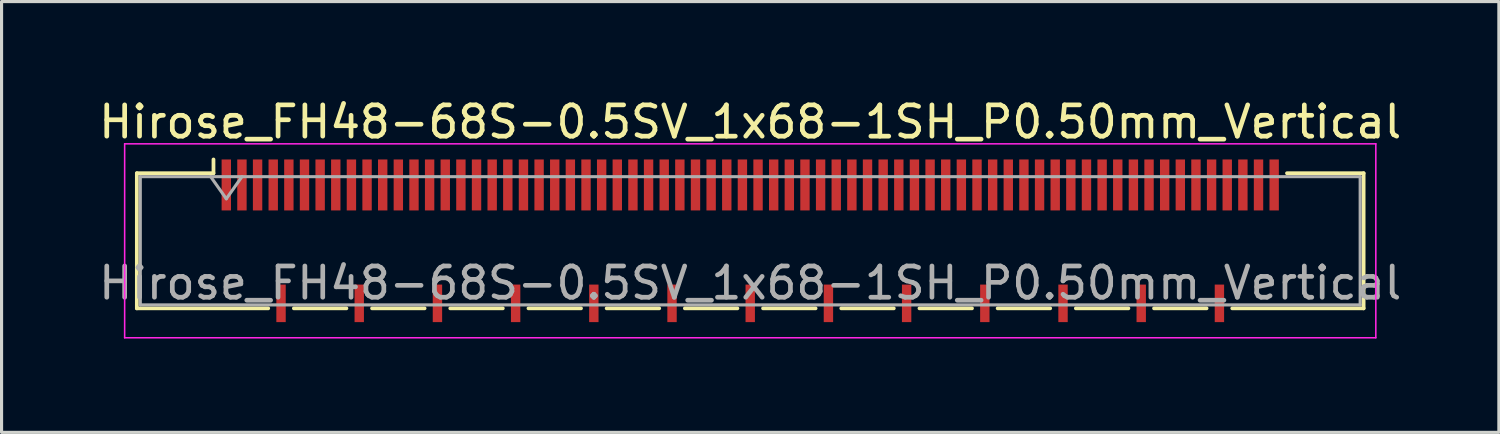
<source format=kicad_pcb>
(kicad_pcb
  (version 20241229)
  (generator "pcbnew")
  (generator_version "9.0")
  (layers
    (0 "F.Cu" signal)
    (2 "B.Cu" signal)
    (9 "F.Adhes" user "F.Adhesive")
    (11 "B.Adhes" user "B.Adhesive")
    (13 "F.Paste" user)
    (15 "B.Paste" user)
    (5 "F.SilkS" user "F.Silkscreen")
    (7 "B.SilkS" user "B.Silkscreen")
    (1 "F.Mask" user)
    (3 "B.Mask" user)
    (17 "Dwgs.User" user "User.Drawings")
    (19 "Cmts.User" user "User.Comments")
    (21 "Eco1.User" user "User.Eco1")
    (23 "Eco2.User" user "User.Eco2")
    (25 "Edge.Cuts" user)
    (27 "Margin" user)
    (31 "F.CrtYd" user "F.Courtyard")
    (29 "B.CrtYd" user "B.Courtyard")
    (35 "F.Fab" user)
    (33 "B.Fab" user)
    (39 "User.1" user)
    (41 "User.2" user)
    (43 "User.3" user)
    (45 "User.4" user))
  (footprint "Hirose_FH48-68S-0.5SV_1x68-1SH_P0.50mm_Vertical"
    (layer "F.Cu")
    (at 20.935 4.648)
    (property "Reference" "Hirose_FH48-68S-0.5SV_1x68-1SH_P0.50mm_Vertical" (at 0 -3.8 0) (layer "F.SilkS") (effects (font (size 1 1) (thickness 0.15))))
    (attr smd)
    (fp_line (start -19.61 -2.16) (end -19.61 2.16) (stroke (width 0.12) (type solid)) (layer "F.SilkS"))
    (fp_line (start -19.61 2.16) (end -15.41 2.16) (stroke (width 0.12) (type solid)) (layer "F.SilkS"))
    (fp_line (start -17.16 -2.6) (end -17.16 -2.16) (stroke (width 0.12) (type solid)) (layer "F.SilkS"))
    (fp_line (start -17.16 -2.16) (end -19.61 -2.16) (stroke (width 0.12) (type solid)) (layer "F.SilkS"))
    (fp_line (start -14.59 2.16) (end -12.91 2.16) (stroke (width 0.12) (type solid)) (layer "F.SilkS"))
    (fp_line (start -12.09 2.16) (end -10.41 2.16) (stroke (width 0.12) (type solid)) (layer "F.SilkS"))
    (fp_line (start -9.59 2.16) (end -7.91 2.16) (stroke (width 0.12) (type solid)) (layer "F.SilkS"))
    (fp_line (start -7.09 2.16) (end -5.41 2.16) (stroke (width 0.12) (type solid)) (layer "F.SilkS"))
    (fp_line (start -4.59 2.16) (end -2.91 2.16) (stroke (width 0.12) (type solid)) (layer "F.SilkS"))
    (fp_line (start -2.09 2.16) (end -0.41 2.16) (stroke (width 0.12) (type solid)) (layer "F.SilkS"))
    (fp_line (start 0.41 2.16) (end 2.09 2.16) (stroke (width 0.12) (type solid)) (layer "F.SilkS"))
    (fp_line (start 2.91 2.16) (end 4.59 2.16) (stroke (width 0.12) (type solid)) (layer "F.SilkS"))
    (fp_line (start 5.41 2.16) (end 7.09 2.16) (stroke (width 0.12) (type solid)) (layer "F.SilkS"))
    (fp_line (start 7.91 2.16) (end 9.59 2.16) (stroke (width 0.12) (type solid)) (layer "F.SilkS"))
    (fp_line (start 10.41 2.16) (end 12.09 2.16) (stroke (width 0.12) (type solid)) (layer "F.SilkS"))
    (fp_line (start 12.91 2.16) (end 14.59 2.16) (stroke (width 0.12) (type solid)) (layer "F.SilkS"))
    (fp_line (start 17.16 -2.16) (end 19.61 -2.16) (stroke (width 0.12) (type solid)) (layer "F.SilkS"))
    (fp_line (start 19.61 -2.16) (end 19.61 2.16) (stroke (width 0.12) (type solid)) (layer "F.SilkS"))
    (fp_line (start 19.61 2.16) (end 15.41 2.16) (stroke (width 0.12) (type solid)) (layer "F.SilkS"))
    (fp_line (start -20 -3.1) (end -20 3.1) (stroke (width 0.05) (type solid)) (layer "F.CrtYd"))
    (fp_line (start -20 3.1) (end 20 3.1) (stroke (width 0.05) (type solid)) (layer "F.CrtYd"))
    (fp_line (start 20 -3.1) (end -20 -3.1) (stroke (width 0.05) (type solid)) (layer "F.CrtYd"))
    (fp_line (start 20 3.1) (end 20 -3.1) (stroke (width 0.05) (type solid)) (layer "F.CrtYd"))
    (fp_line (start -19.5 -2.05) (end -19.5 2.05) (stroke (width 0.1) (type solid)) (layer "F.Fab"))
    (fp_line (start -19.5 2.05) (end 19.5 2.05) (stroke (width 0.1) (type solid)) (layer "F.Fab"))
    (fp_line (start -17.25 -2.05) (end -16.75 -1.343) (stroke (width 0.1) (type solid)) (layer "F.Fab"))
    (fp_line (start -16.75 -1.343) (end -16.25 -2.05) (stroke (width 0.1) (type solid)) (layer "F.Fab"))
    (fp_line (start 19.5 -2.05) (end -19.5 -2.05) (stroke (width 0.1) (type solid)) (layer "F.Fab"))
    (fp_line (start 19.5 2.05) (end 19.5 -2.05) (stroke (width 0.1) (type solid)) (layer "F.Fab"))
    (fp_text user "${REFERENCE}" (at 0 1.35 0) (layer "F.Fab") (effects (font (size 1 1) (thickness 0.15))))
    (pad "" smd rect (at -16.75 -1.785) (size 0.28 1.21) (layers "F.Paste"))
    (pad "" smd rect (at -16.25 -1.785) (size 0.28 1.21) (layers "F.Paste"))
    (pad "" smd rect (at -15.75 -1.785) (size 0.28 1.21) (layers "F.Paste"))
    (pad "" smd rect (at -15.25 -1.785) (size 0.28 1.21) (layers "F.Paste"))
    (pad "" smd rect (at -15 2) (size 0.28 0.9) (layers "F.Paste"))
    (pad "" smd rect (at -14.75 -1.785) (size 0.28 1.21) (layers "F.Paste"))
    (pad "" smd rect (at -14.25 -1.785) (size 0.28 1.21) (layers "F.Paste"))
    (pad "" smd rect (at -13.75 -1.785) (size 0.28 1.21) (layers "F.Paste"))
    (pad "" smd rect (at -13.25 -1.785) (size 0.28 1.21) (layers "F.Paste"))
    (pad "" smd rect (at -12.75 -1.785) (size 0.28 1.21) (layers "F.Paste"))
    (pad "" smd rect (at -12.5 2) (size 0.28 0.9) (layers "F.Paste"))
    (pad "" smd rect (at -12.25 -1.785) (size 0.28 1.21) (layers "F.Paste"))
    (pad "" smd rect (at -11.75 -1.785) (size 0.28 1.21) (layers "F.Paste"))
    (pad "" smd rect (at -11.25 -1.785) (size 0.28 1.21) (layers "F.Paste"))
    (pad "" smd rect (at -10.75 -1.785) (size 0.28 1.21) (layers "F.Paste"))
    (pad "" smd rect (at -10.25 -1.785) (size 0.28 1.21) (layers "F.Paste"))
    (pad "" smd rect (at -10 2) (size 0.28 0.9) (layers "F.Paste"))
    (pad "" smd rect (at -9.75 -1.785) (size 0.28 1.21) (layers "F.Paste"))
    (pad "" smd rect (at -9.25 -1.785) (size 0.28 1.21) (layers "F.Paste"))
    (pad "" smd rect (at -8.75 -1.785) (size 0.28 1.21) (layers "F.Paste"))
    (pad "" smd rect (at -8.25 -1.785) (size 0.28 1.21) (layers "F.Paste"))
    (pad "" smd rect (at -7.75 -1.785) (size 0.28 1.21) (layers "F.Paste"))
    (pad "" smd rect (at -7.5 2) (size 0.28 0.9) (layers "F.Paste"))
    (pad "" smd rect (at -7.25 -1.785) (size 0.28 1.21) (layers "F.Paste"))
    (pad "" smd rect (at -6.75 -1.785) (size 0.28 1.21) (layers "F.Paste"))
    (pad "" smd rect (at -6.25 -1.785) (size 0.28 1.21) (layers "F.Paste"))
    (pad "" smd rect (at -5.75 -1.785) (size 0.28 1.21) (layers "F.Paste"))
    (pad "" smd rect (at -5.25 -1.785) (size 0.28 1.21) (layers "F.Paste"))
    (pad "" smd rect (at -5 2) (size 0.28 0.9) (layers "F.Paste"))
    (pad "" smd rect (at -4.75 -1.785) (size 0.28 1.21) (layers "F.Paste"))
    (pad "" smd rect (at -4.25 -1.785) (size 0.28 1.21) (layers "F.Paste"))
    (pad "" smd rect (at -3.75 -1.785) (size 0.28 1.21) (layers "F.Paste"))
    (pad "" smd rect (at -3.25 -1.785) (size 0.28 1.21) (layers "F.Paste"))
    (pad "" smd rect (at -2.75 -1.785) (size 0.28 1.21) (layers "F.Paste"))
    (pad "" smd rect (at -2.5 2) (size 0.28 0.9) (layers "F.Paste"))
    (pad "" smd rect (at -2.25 -1.785) (size 0.28 1.21) (layers "F.Paste"))
    (pad "" smd rect (at -1.75 -1.785) (size 0.28 1.21) (layers "F.Paste"))
    (pad "" smd rect (at -1.25 -1.785) (size 0.28 1.21) (layers "F.Paste"))
    (pad "" smd rect (at -0.75 -1.785) (size 0.28 1.21) (layers "F.Paste"))
    (pad "" smd rect (at -0.25 -1.785) (size 0.28 1.21) (layers "F.Paste"))
    (pad "" smd rect (at 0 2) (size 0.28 0.9) (layers "F.Paste"))
    (pad "" smd rect (at 0.25 -1.785) (size 0.28 1.21) (layers "F.Paste"))
    (pad "" smd rect (at 0.75 -1.785) (size 0.28 1.21) (layers "F.Paste"))
    (pad "" smd rect (at 1.25 -1.785) (size 0.28 1.21) (layers "F.Paste"))
    (pad "" smd rect (at 1.75 -1.785) (size 0.28 1.21) (layers "F.Paste"))
    (pad "" smd rect (at 2.25 -1.785) (size 0.28 1.21) (layers "F.Paste"))
    (pad "" smd rect (at 2.5 2) (size 0.28 0.9) (layers "F.Paste"))
    (pad "" smd rect (at 2.75 -1.785) (size 0.28 1.21) (layers "F.Paste"))
    (pad "" smd rect (at 3.25 -1.785) (size 0.28 1.21) (layers "F.Paste"))
    (pad "" smd rect (at 3.75 -1.785) (size 0.28 1.21) (layers "F.Paste"))
    (pad "" smd rect (at 4.25 -1.785) (size 0.28 1.21) (layers "F.Paste"))
    (pad "" smd rect (at 4.75 -1.785) (size 0.28 1.21) (layers "F.Paste"))
    (pad "" smd rect (at 5 2) (size 0.28 0.9) (layers "F.Paste"))
    (pad "" smd rect (at 5.25 -1.785) (size 0.28 1.21) (layers "F.Paste"))
    (pad "" smd rect (at 5.75 -1.785) (size 0.28 1.21) (layers "F.Paste"))
    (pad "" smd rect (at 6.25 -1.785) (size 0.28 1.21) (layers "F.Paste"))
    (pad "" smd rect (at 6.75 -1.785) (size 0.28 1.21) (layers "F.Paste"))
    (pad "" smd rect (at 7.25 -1.785) (size 0.28 1.21) (layers "F.Paste"))
    (pad "" smd rect (at 7.5 2) (size 0.28 0.9) (layers "F.Paste"))
    (pad "" smd rect (at 7.75 -1.785) (size 0.28 1.21) (layers "F.Paste"))
    (pad "" smd rect (at 8.25 -1.785) (size 0.28 1.21) (layers "F.Paste"))
    (pad "" smd rect (at 8.75 -1.785) (size 0.28 1.21) (layers "F.Paste"))
    (pad "" smd rect (at 9.25 -1.785) (size 0.28 1.21) (layers "F.Paste"))
    (pad "" smd rect (at 9.75 -1.785) (size 0.28 1.21) (layers "F.Paste"))
    (pad "" smd rect (at 10 2) (size 0.28 0.9) (layers "F.Paste"))
    (pad "" smd rect (at 10.25 -1.785) (size 0.28 1.21) (layers "F.Paste"))
    (pad "" smd rect (at 10.75 -1.785) (size 0.28 1.21) (layers "F.Paste"))
    (pad "" smd rect (at 11.25 -1.785) (size 0.28 1.21) (layers "F.Paste"))
    (pad "" smd rect (at 11.75 -1.785) (size 0.28 1.21) (layers "F.Paste"))
    (pad "" smd rect (at 12.25 -1.785) (size 0.28 1.21) (layers "F.Paste"))
    (pad "" smd rect (at 12.5 2) (size 0.28 0.9) (layers "F.Paste"))
    (pad "" smd rect (at 12.75 -1.785) (size 0.28 1.21) (layers "F.Paste"))
    (pad "" smd rect (at 13.25 -1.785) (size 0.28 1.21) (layers "F.Paste"))
    (pad "" smd rect (at 13.75 -1.785) (size 0.28 1.21) (layers "F.Paste"))
    (pad "" smd rect (at 14.25 -1.785) (size 0.28 1.21) (layers "F.Paste"))
    (pad "" smd rect (at 14.75 -1.785) (size 0.28 1.21) (layers "F.Paste"))
    (pad "" smd rect (at 15 2) (size 0.28 0.9) (layers "F.Paste"))
    (pad "" smd rect (at 15.25 -1.785) (size 0.28 1.21) (layers "F.Paste"))
    (pad "" smd rect (at 15.75 -1.785) (size 0.28 1.21) (layers "F.Paste"))
    (pad "" smd rect (at 16.25 -1.785) (size 0.28 1.21) (layers "F.Paste"))
    (pad "" smd rect (at 16.75 -1.785) (size 0.28 1.21) (layers "F.Paste"))
    (pad "1" smd rect (at -16.75 -1.785) (size 0.3 1.63) (layers "F.Cu" "F.Mask"))
    (pad "2" smd rect (at -16.25 -1.785) (size 0.3 1.63) (layers "F.Cu" "F.Mask"))
    (pad "3" smd rect (at -15.75 -1.785) (size 0.3 1.63) (layers "F.Cu" "F.Mask"))
    (pad "4" smd rect (at -15.25 -1.785) (size 0.3 1.63) (layers "F.Cu" "F.Mask"))
    (pad "5" smd rect (at -14.75 -1.785) (size 0.3 1.63) (layers "F.Cu" "F.Mask"))
    (pad "6" smd rect (at -14.25 -1.785) (size 0.3 1.63) (layers "F.Cu" "F.Mask"))
    (pad "7" smd rect (at -13.75 -1.785) (size 0.3 1.63) (layers "F.Cu" "F.Mask"))
    (pad "8" smd rect (at -13.25 -1.785) (size 0.3 1.63) (layers "F.Cu" "F.Mask"))
    (pad "9" smd rect (at -12.75 -1.785) (size 0.3 1.63) (layers "F.Cu" "F.Mask"))
    (pad "10" smd rect (at -12.25 -1.785) (size 0.3 1.63) (layers "F.Cu" "F.Mask"))
    (pad "11" smd rect (at -11.75 -1.785) (size 0.3 1.63) (layers "F.Cu" "F.Mask"))
    (pad "12" smd rect (at -11.25 -1.785) (size 0.3 1.63) (layers "F.Cu" "F.Mask"))
    (pad "13" smd rect (at -10.75 -1.785) (size 0.3 1.63) (layers "F.Cu" "F.Mask"))
    (pad "14" smd rect (at -10.25 -1.785) (size 0.3 1.63) (layers "F.Cu" "F.Mask"))
    (pad "15" smd rect (at -9.75 -1.785) (size 0.3 1.63) (layers "F.Cu" "F.Mask"))
    (pad "16" smd rect (at -9.25 -1.785) (size 0.3 1.63) (layers "F.Cu" "F.Mask"))
    (pad "17" smd rect (at -8.75 -1.785) (size 0.3 1.63) (layers "F.Cu" "F.Mask"))
    (pad "18" smd rect (at -8.25 -1.785) (size 0.3 1.63) (layers "F.Cu" "F.Mask"))
    (pad "19" smd rect (at -7.75 -1.785) (size 0.3 1.63) (layers "F.Cu" "F.Mask"))
    (pad "20" smd rect (at -7.25 -1.785) (size 0.3 1.63) (layers "F.Cu" "F.Mask"))
    (pad "21" smd rect (at -6.75 -1.785) (size 0.3 1.63) (layers "F.Cu" "F.Mask"))
    (pad "22" smd rect (at -6.25 -1.785) (size 0.3 1.63) (layers "F.Cu" "F.Mask"))
    (pad "23" smd rect (at -5.75 -1.785) (size 0.3 1.63) (layers "F.Cu" "F.Mask"))
    (pad "24" smd rect (at -5.25 -1.785) (size 0.3 1.63) (layers "F.Cu" "F.Mask"))
    (pad "25" smd rect (at -4.75 -1.785) (size 0.3 1.63) (layers "F.Cu" "F.Mask"))
    (pad "26" smd rect (at -4.25 -1.785) (size 0.3 1.63) (layers "F.Cu" "F.Mask"))
    (pad "27" smd rect (at -3.75 -1.785) (size 0.3 1.63) (layers "F.Cu" "F.Mask"))
    (pad "28" smd rect (at -3.25 -1.785) (size 0.3 1.63) (layers "F.Cu" "F.Mask"))
    (pad "29" smd rect (at -2.75 -1.785) (size 0.3 1.63) (layers "F.Cu" "F.Mask"))
    (pad "30" smd rect (at -2.25 -1.785) (size 0.3 1.63) (layers "F.Cu" "F.Mask"))
    (pad "31" smd rect (at -1.75 -1.785) (size 0.3 1.63) (layers "F.Cu" "F.Mask"))
    (pad "32" smd rect (at -1.25 -1.785) (size 0.3 1.63) (layers "F.Cu" "F.Mask"))
    (pad "33" smd rect (at -0.75 -1.785) (size 0.3 1.63) (layers "F.Cu" "F.Mask"))
    (pad "34" smd rect (at -0.25 -1.785) (size 0.3 1.63) (layers "F.Cu" "F.Mask"))
    (pad "35" smd rect (at 0.25 -1.785) (size 0.3 1.63) (layers "F.Cu" "F.Mask"))
    (pad "36" smd rect (at 0.75 -1.785) (size 0.3 1.63) (layers "F.Cu" "F.Mask"))
    (pad "37" smd rect (at 1.25 -1.785) (size 0.3 1.63) (layers "F.Cu" "F.Mask"))
    (pad "38" smd rect (at 1.75 -1.785) (size 0.3 1.63) (layers "F.Cu" "F.Mask"))
    (pad "39" smd rect (at 2.25 -1.785) (size 0.3 1.63) (layers "F.Cu" "F.Mask"))
    (pad "40" smd rect (at 2.75 -1.785) (size 0.3 1.63) (layers "F.Cu" "F.Mask"))
    (pad "41" smd rect (at 3.25 -1.785) (size 0.3 1.63) (layers "F.Cu" "F.Mask"))
    (pad "42" smd rect (at 3.75 -1.785) (size 0.3 1.63) (layers "F.Cu" "F.Mask"))
    (pad "43" smd rect (at 4.25 -1.785) (size 0.3 1.63) (layers "F.Cu" "F.Mask"))
    (pad "44" smd rect (at 4.75 -1.785) (size 0.3 1.63) (layers "F.Cu" "F.Mask"))
    (pad "45" smd rect (at 5.25 -1.785) (size 0.3 1.63) (layers "F.Cu" "F.Mask"))
    (pad "46" smd rect (at 5.75 -1.785) (size 0.3 1.63) (layers "F.Cu" "F.Mask"))
    (pad "47" smd rect (at 6.25 -1.785) (size 0.3 1.63) (layers "F.Cu" "F.Mask"))
    (pad "48" smd rect (at 6.75 -1.785) (size 0.3 1.63) (layers "F.Cu" "F.Mask"))
    (pad "49" smd rect (at 7.25 -1.785) (size 0.3 1.63) (layers "F.Cu" "F.Mask"))
    (pad "50" smd rect (at 7.75 -1.785) (size 0.3 1.63) (layers "F.Cu" "F.Mask"))
    (pad "51" smd rect (at 8.25 -1.785) (size 0.3 1.63) (layers "F.Cu" "F.Mask"))
    (pad "52" smd rect (at 8.75 -1.785) (size 0.3 1.63) (layers "F.Cu" "F.Mask"))
    (pad "53" smd rect (at 9.25 -1.785) (size 0.3 1.63) (layers "F.Cu" "F.Mask"))
    (pad "54" smd rect (at 9.75 -1.785) (size 0.3 1.63) (layers "F.Cu" "F.Mask"))
    (pad "55" smd rect (at 10.25 -1.785) (size 0.3 1.63) (layers "F.Cu" "F.Mask"))
    (pad "56" smd rect (at 10.75 -1.785) (size 0.3 1.63) (layers "F.Cu" "F.Mask"))
    (pad "57" smd rect (at 11.25 -1.785) (size 0.3 1.63) (layers "F.Cu" "F.Mask"))
    (pad "58" smd rect (at 11.75 -1.785) (size 0.3 1.63) (layers "F.Cu" "F.Mask"))
    (pad "59" smd rect (at 12.25 -1.785) (size 0.3 1.63) (layers "F.Cu" "F.Mask"))
    (pad "60" smd rect (at 12.75 -1.785) (size 0.3 1.63) (layers "F.Cu" "F.Mask"))
    (pad "61" smd rect (at 13.25 -1.785) (size 0.3 1.63) (layers "F.Cu" "F.Mask"))
    (pad "62" smd rect (at 13.75 -1.785) (size 0.3 1.63) (layers "F.Cu" "F.Mask"))
    (pad "63" smd rect (at 14.25 -1.785) (size 0.3 1.63) (layers "F.Cu" "F.Mask"))
    (pad "64" smd rect (at 14.75 -1.785) (size 0.3 1.63) (layers "F.Cu" "F.Mask"))
    (pad "65" smd rect (at 15.25 -1.785) (size 0.3 1.63) (layers "F.Cu" "F.Mask"))
    (pad "66" smd rect (at 15.75 -1.785) (size 0.3 1.63) (layers "F.Cu" "F.Mask"))
    (pad "67" smd rect (at 16.25 -1.785) (size 0.3 1.63) (layers "F.Cu" "F.Mask"))
    (pad "68" smd rect (at 16.75 -1.785) (size 0.3 1.63) (layers "F.Cu" "F.Mask"))
    (pad "SH" smd rect (at -15 2) (size 0.3 1.2) (layers "F.Cu" "F.Mask"))
    (pad "SH" smd rect (at -12.5 2) (size 0.3 1.2) (layers "F.Cu" "F.Mask"))
    (pad "SH" smd rect (at -10 2) (size 0.3 1.2) (layers "F.Cu" "F.Mask"))
    (pad "SH" smd rect (at -7.5 2) (size 0.3 1.2) (layers "F.Cu" "F.Mask"))
    (pad "SH" smd rect (at -5 2) (size 0.3 1.2) (layers "F.Cu" "F.Mask"))
    (pad "SH" smd rect (at -2.5 2) (size 0.3 1.2) (layers "F.Cu" "F.Mask"))
    (pad "SH" smd rect (at 0 2) (size 0.3 1.2) (layers "F.Cu" "F.Mask"))
    (pad "SH" smd rect (at 2.5 2) (size 0.3 1.2) (layers "F.Cu" "F.Mask"))
    (pad "SH" smd rect (at 5 2) (size 0.3 1.2) (layers "F.Cu" "F.Mask"))
    (pad "SH" smd rect (at 7.5 2) (size 0.3 1.2) (layers "F.Cu" "F.Mask"))
    (pad "SH" smd rect (at 10 2) (size 0.3 1.2) (layers "F.Cu" "F.Mask"))
    (pad "SH" smd rect (at 12.5 2) (size 0.3 1.2) (layers "F.Cu" "F.Mask"))
    (pad "SH" smd rect (at 15 2) (size 0.3 1.2) (layers "F.Cu" "F.Mask")))
  (gr_rect
    (start -3 -3)
    (end 44.869 10.773)
    (stroke (width 0.1) (type default))
    (fill no)
    (layer "Edge.Cuts")))
</source>
